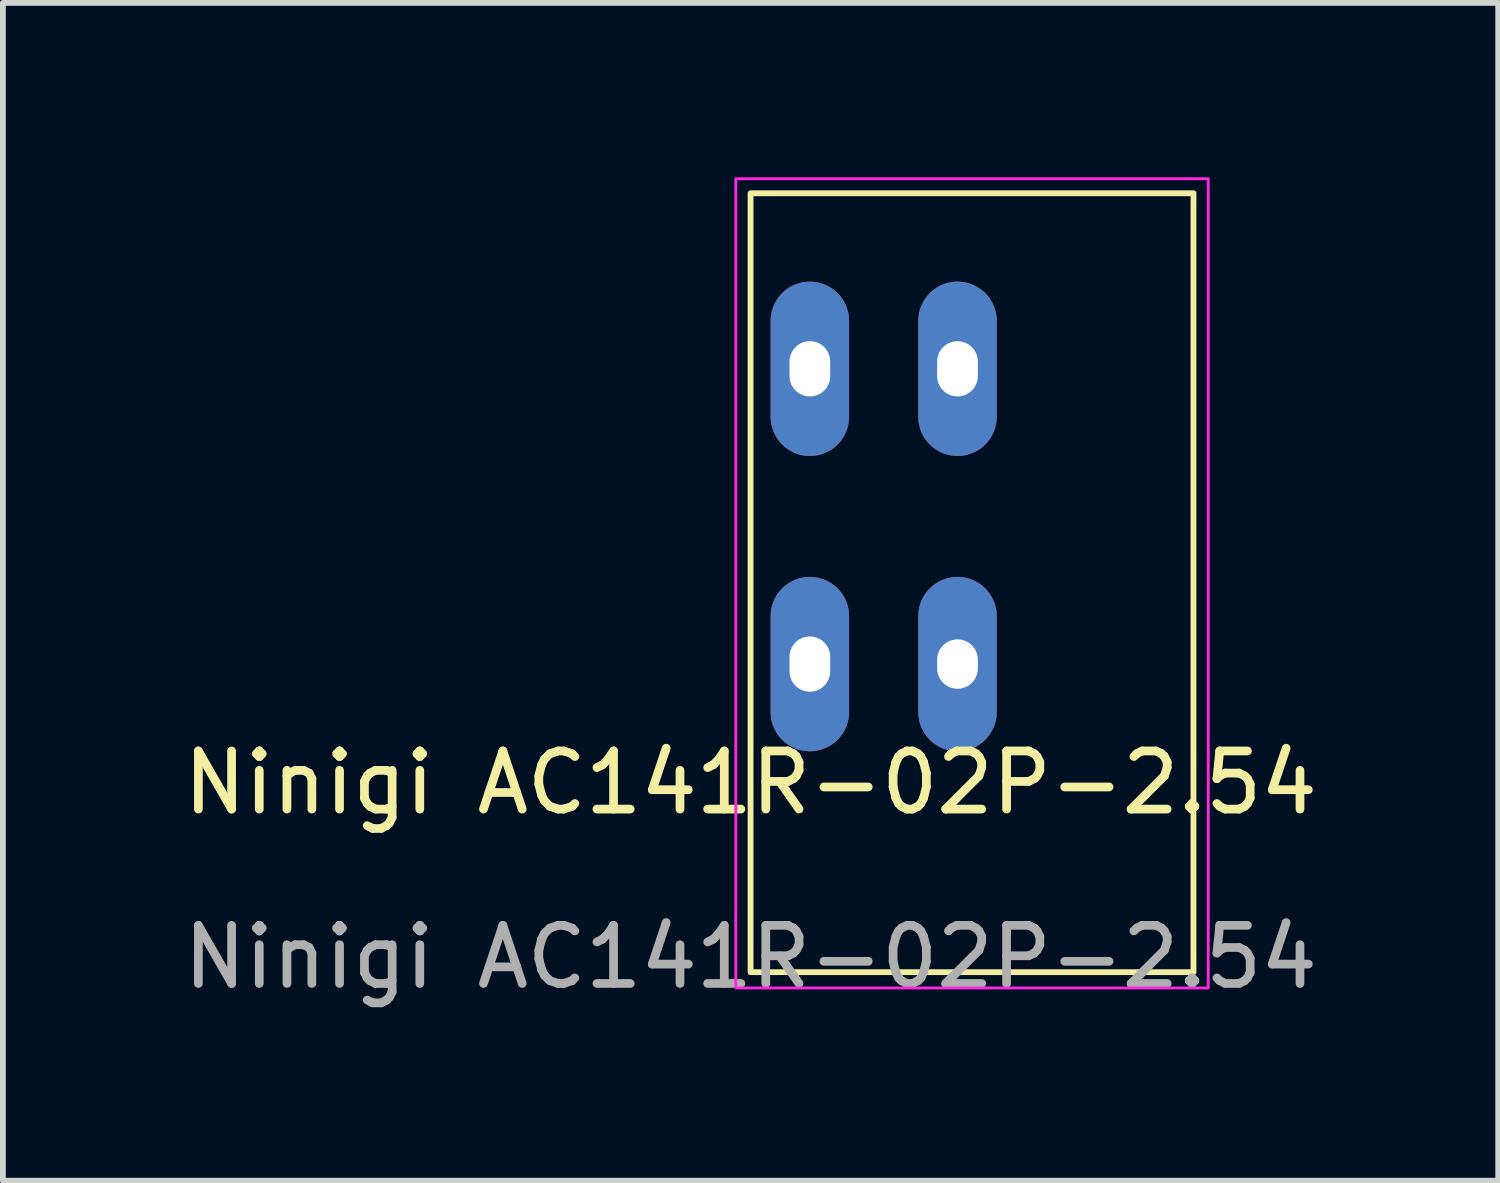
<source format=kicad_pcb>
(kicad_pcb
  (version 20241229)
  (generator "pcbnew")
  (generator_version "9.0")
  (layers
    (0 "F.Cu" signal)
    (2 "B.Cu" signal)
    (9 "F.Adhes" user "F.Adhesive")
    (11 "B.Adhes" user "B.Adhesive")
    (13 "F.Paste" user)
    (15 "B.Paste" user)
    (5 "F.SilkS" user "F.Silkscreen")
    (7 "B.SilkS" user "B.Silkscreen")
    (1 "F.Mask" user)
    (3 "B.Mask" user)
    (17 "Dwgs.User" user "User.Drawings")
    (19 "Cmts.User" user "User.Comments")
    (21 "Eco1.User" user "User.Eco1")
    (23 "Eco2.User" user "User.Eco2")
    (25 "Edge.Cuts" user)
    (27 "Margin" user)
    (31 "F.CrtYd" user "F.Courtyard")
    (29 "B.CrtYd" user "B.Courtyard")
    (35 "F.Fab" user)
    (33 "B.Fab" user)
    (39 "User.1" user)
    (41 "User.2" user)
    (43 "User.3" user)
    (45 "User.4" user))
  (footprint "Ninigi AC141R-02P-2.54"
    (layer "F.Cu")
    (at 9.863 10.915)
    (property "Reference" "Ninigi AC141R-02P-2.54" (at 0 -0.5 0) (unlocked yes) (layer "F.SilkS") (effects (font (size 1 1) (thickness 0.15))))
    (attr through_hole)
    (fp_rect (start 0 -10.64) (end 7.62 2.76) (stroke (width 0.1) (type default)) (fill no) (layer "F.SilkS"))
    (fp_rect (start -0.254 -10.89) (end 7.874 3.032) (stroke (width 0.05) (type default)) (fill no) (layer "F.CrtYd"))
    (fp_text user "${REFERENCE}" (at 0 2.5 0) (unlocked yes) (layer "F.Fab") (effects (font (size 1 1) (thickness 0.15))))
    (pad "1" thru_hole oval (at 1.02 -7.62) (size 1.35 3) (drill oval 0.7 0.95) (layers "*.Cu" "*.Mask"))
    (pad "1" thru_hole oval (at 1.02 -2.54) (size 1.35 3) (drill oval 0.7 0.95) (layers "*.Cu" "*.Mask"))
    (pad "2" thru_hole oval (at 3.56 -7.62) (size 1.35 3) (drill oval 0.7 0.95) (layers "*.Cu" "*.Mask"))
    (pad "2" thru_hole oval (at 3.56 -2.54) (size 1.35 3) (drill oval 0.7 0.85) (layers "*.Cu" "*.Mask")))
  (gr_rect
    (start -3 -3)
    (end 22.726 17.263)
    (stroke (width 0.1) (type default))
    (fill no)
    (layer "Edge.Cuts")))
</source>
